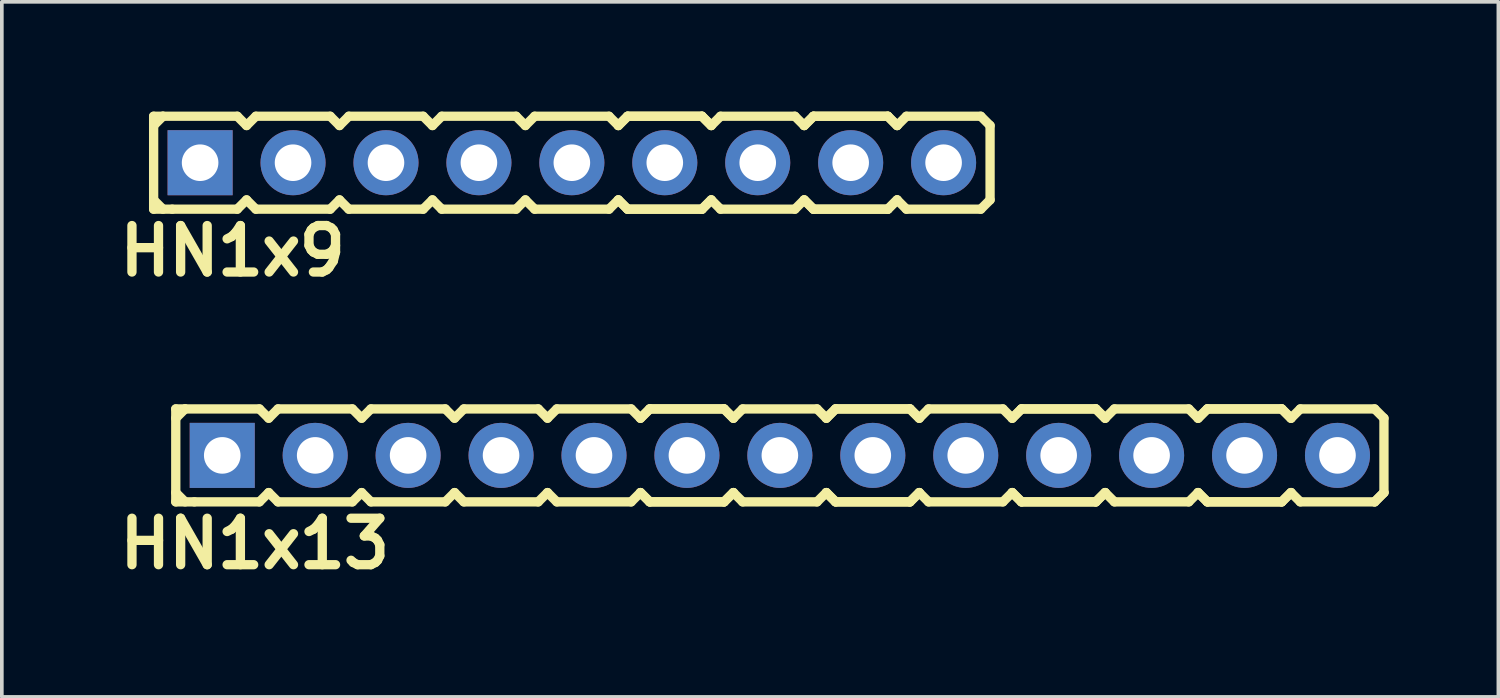
<source format=kicad_pcb>
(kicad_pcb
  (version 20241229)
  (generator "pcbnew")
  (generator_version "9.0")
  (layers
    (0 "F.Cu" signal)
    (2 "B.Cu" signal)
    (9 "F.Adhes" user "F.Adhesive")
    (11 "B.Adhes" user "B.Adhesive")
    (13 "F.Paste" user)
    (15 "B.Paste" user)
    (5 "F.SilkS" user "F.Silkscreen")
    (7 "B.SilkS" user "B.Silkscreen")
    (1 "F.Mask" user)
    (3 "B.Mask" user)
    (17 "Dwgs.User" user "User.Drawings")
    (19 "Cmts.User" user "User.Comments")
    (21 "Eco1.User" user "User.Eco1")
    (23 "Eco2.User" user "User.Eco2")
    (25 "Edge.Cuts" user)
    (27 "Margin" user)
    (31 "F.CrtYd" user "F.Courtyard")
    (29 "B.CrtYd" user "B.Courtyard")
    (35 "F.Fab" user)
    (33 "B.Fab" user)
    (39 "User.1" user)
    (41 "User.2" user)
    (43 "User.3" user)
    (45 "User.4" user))
  (footprint "HN1x9"
    (layer "F.Cu")
    (at 12.579 1.397)
    (property "Reference" "HN1x9" (at -9.271 2.413 0) (layer "F.SilkS") (effects (font (size 1.27 1.27) (thickness 0.254))))
    (attr through_hole)
    (fp_line (start -11.43 -1.27) (end -11.43 1.27) (stroke (width 0.254) (type solid)) (layer "F.SilkS"))
    (fp_line (start -11.43 -1.27) (end -11.176 -1.27) (stroke (width 0.254) (type solid)) (layer "F.SilkS"))
    (fp_line (start -11.43 -1.016) (end -11.176 -1.27) (stroke (width 0.254) (type solid)) (layer "F.SilkS"))
    (fp_line (start -11.176 -1.27) (end -9.144 -1.27) (stroke (width 0.254) (type solid)) (layer "F.SilkS"))
    (fp_line (start -11.176 1.27) (end -11.43 1.016) (stroke (width 0.254) (type solid)) (layer "F.SilkS"))
    (fp_line (start -10.922 1.27) (end -11.43 1.27) (stroke (width 0.254) (type solid)) (layer "F.SilkS"))
    (fp_line (start -9.144 -1.27) (end -8.89 -1.016) (stroke (width 0.254) (type solid)) (layer "F.SilkS"))
    (fp_line (start -9.144 1.27) (end -10.922 1.27) (stroke (width 0.254) (type solid)) (layer "F.SilkS"))
    (fp_line (start -8.89 -1.016) (end -8.636 -1.27) (stroke (width 0.254) (type solid)) (layer "F.SilkS"))
    (fp_line (start -8.89 1.016) (end -9.144 1.27) (stroke (width 0.254) (type solid)) (layer "F.SilkS"))
    (fp_line (start -8.636 -1.27) (end -6.604 -1.27) (stroke (width 0.254) (type solid)) (layer "F.SilkS"))
    (fp_line (start -8.636 1.27) (end -8.89 1.016) (stroke (width 0.254) (type solid)) (layer "F.SilkS"))
    (fp_line (start -6.604 -1.27) (end -6.35 -1.016) (stroke (width 0.254) (type solid)) (layer "F.SilkS"))
    (fp_line (start -6.604 1.27) (end -8.636 1.27) (stroke (width 0.254) (type solid)) (layer "F.SilkS"))
    (fp_line (start -6.604 1.27) (end -6.35 1.016) (stroke (width 0.254) (type solid)) (layer "F.SilkS"))
    (fp_line (start -6.35 -1.016) (end -6.096 -1.27) (stroke (width 0.254) (type solid)) (layer "F.SilkS"))
    (fp_line (start -6.35 1.016) (end -6.096 1.27) (stroke (width 0.254) (type solid)) (layer "F.SilkS"))
    (fp_line (start -6.096 -1.27) (end -4.064 -1.27) (stroke (width 0.254) (type solid)) (layer "F.SilkS"))
    (fp_line (start -4.064 -1.27) (end -3.81 -1.016) (stroke (width 0.254) (type solid)) (layer "F.SilkS"))
    (fp_line (start -4.064 1.27) (end -6.096 1.27) (stroke (width 0.254) (type solid)) (layer "F.SilkS"))
    (fp_line (start -3.81 -1.016) (end -3.556 -1.27) (stroke (width 0.254) (type solid)) (layer "F.SilkS"))
    (fp_line (start -3.81 1.016) (end -4.064 1.27) (stroke (width 0.254) (type solid)) (layer "F.SilkS"))
    (fp_line (start -3.556 -1.27) (end -1.524 -1.27) (stroke (width 0.254) (type solid)) (layer "F.SilkS"))
    (fp_line (start -3.556 1.27) (end -3.81 1.016) (stroke (width 0.254) (type solid)) (layer "F.SilkS"))
    (fp_line (start -1.524 -1.27) (end -1.27 -1.016) (stroke (width 0.254) (type solid)) (layer "F.SilkS"))
    (fp_line (start -1.524 1.27) (end -3.556 1.27) (stroke (width 0.254) (type solid)) (layer "F.SilkS"))
    (fp_line (start -1.27 -1.016) (end -1.016 -1.27) (stroke (width 0.254) (type solid)) (layer "F.SilkS"))
    (fp_line (start -1.27 1.016) (end -1.524 1.27) (stroke (width 0.254) (type solid)) (layer "F.SilkS"))
    (fp_line (start -1.016 -1.27) (end 1.016 -1.27) (stroke (width 0.254) (type solid)) (layer "F.SilkS"))
    (fp_line (start -1.016 1.27) (end -1.27 1.016) (stroke (width 0.254) (type solid)) (layer "F.SilkS"))
    (fp_line (start 1.016 -1.27) (end 1.27 -1.016) (stroke (width 0.254) (type solid)) (layer "F.SilkS"))
    (fp_line (start 1.016 1.27) (end -1.016 1.27) (stroke (width 0.254) (type solid)) (layer "F.SilkS"))
    (fp_line (start 1.27 -1.016) (end 1.524 -1.27) (stroke (width 0.254) (type solid)) (layer "F.SilkS"))
    (fp_line (start 1.27 -1.016) (end 1.524 -1.27) (stroke (width 0.254) (type solid)) (layer "F.SilkS"))
    (fp_line (start 1.27 1.016) (end 1.016 1.27) (stroke (width 0.254) (type solid)) (layer "F.SilkS"))
    (fp_line (start 1.524 -1.27) (end 3.556 -1.27) (stroke (width 0.254) (type solid)) (layer "F.SilkS"))
    (fp_line (start 1.524 -1.27) (end 3.556 -1.27) (stroke (width 0.254) (type solid)) (layer "F.SilkS"))
    (fp_line (start 1.524 1.27) (end 1.27 1.016) (stroke (width 0.254) (type solid)) (layer "F.SilkS"))
    (fp_line (start 1.524 1.27) (end 1.27 1.016) (stroke (width 0.254) (type solid)) (layer "F.SilkS"))
    (fp_line (start 3.556 -1.27) (end 3.81 -1.016) (stroke (width 0.254) (type solid)) (layer "F.SilkS"))
    (fp_line (start 3.556 -1.27) (end 3.81 -1.016) (stroke (width 0.254) (type solid)) (layer "F.SilkS"))
    (fp_line (start 3.556 1.27) (end 1.524 1.27) (stroke (width 0.254) (type solid)) (layer "F.SilkS"))
    (fp_line (start 3.556 1.27) (end 1.524 1.27) (stroke (width 0.254) (type solid)) (layer "F.SilkS"))
    (fp_line (start 3.81 -1.016) (end 4.064 -1.27) (stroke (width 0.254) (type solid)) (layer "F.SilkS"))
    (fp_line (start 3.81 1.016) (end 3.556 1.27) (stroke (width 0.254) (type solid)) (layer "F.SilkS"))
    (fp_line (start 3.81 1.016) (end 3.556 1.27) (stroke (width 0.254) (type solid)) (layer "F.SilkS"))
    (fp_line (start 4.064 -1.27) (end 6.096 -1.27) (stroke (width 0.254) (type solid)) (layer "F.SilkS"))
    (fp_line (start 4.064 1.27) (end 3.81 1.016) (stroke (width 0.254) (type solid)) (layer "F.SilkS"))
    (fp_line (start 6.096 -1.27) (end 6.35 -1.016) (stroke (width 0.254) (type solid)) (layer "F.SilkS"))
    (fp_line (start 6.096 1.27) (end 4.064 1.27) (stroke (width 0.254) (type solid)) (layer "F.SilkS"))
    (fp_line (start 6.35 -1.016) (end 6.604 -1.27) (stroke (width 0.254) (type solid)) (layer "F.SilkS"))
    (fp_line (start 6.35 -1.016) (end 6.604 -1.27) (stroke (width 0.254) (type solid)) (layer "F.SilkS"))
    (fp_line (start 6.35 1.016) (end 6.096 1.27) (stroke (width 0.254) (type solid)) (layer "F.SilkS"))
    (fp_line (start 6.604 -1.27) (end 8.636 -1.27) (stroke (width 0.254) (type solid)) (layer "F.SilkS"))
    (fp_line (start 6.604 -1.27) (end 8.636 -1.27) (stroke (width 0.254) (type solid)) (layer "F.SilkS"))
    (fp_line (start 6.604 1.27) (end 6.35 1.016) (stroke (width 0.254) (type solid)) (layer "F.SilkS"))
    (fp_line (start 6.604 1.27) (end 6.35 1.016) (stroke (width 0.254) (type solid)) (layer "F.SilkS"))
    (fp_line (start 8.636 -1.27) (end 8.89 -1.016) (stroke (width 0.254) (type solid)) (layer "F.SilkS"))
    (fp_line (start 8.636 -1.27) (end 8.89 -1.016) (stroke (width 0.254) (type solid)) (layer "F.SilkS"))
    (fp_line (start 8.636 1.27) (end 6.604 1.27) (stroke (width 0.254) (type solid)) (layer "F.SilkS"))
    (fp_line (start 8.636 1.27) (end 6.604 1.27) (stroke (width 0.254) (type solid)) (layer "F.SilkS"))
    (fp_line (start 8.89 -1.016) (end 9.144 -1.27) (stroke (width 0.254) (type solid)) (layer "F.SilkS"))
    (fp_line (start 8.89 1.016) (end 8.636 1.27) (stroke (width 0.254) (type solid)) (layer "F.SilkS"))
    (fp_line (start 8.89 1.016) (end 8.636 1.27) (stroke (width 0.254) (type solid)) (layer "F.SilkS"))
    (fp_line (start 9.144 -1.27) (end 11.176 -1.27) (stroke (width 0.254) (type solid)) (layer "F.SilkS"))
    (fp_line (start 9.144 1.27) (end 8.89 1.016) (stroke (width 0.254) (type solid)) (layer "F.SilkS"))
    (fp_line (start 11.176 -1.27) (end 11.43 -1.016) (stroke (width 0.254) (type solid)) (layer "F.SilkS"))
    (fp_line (start 11.176 1.27) (end 9.144 1.27) (stroke (width 0.254) (type solid)) (layer "F.SilkS"))
    (fp_line (start 11.43 -1.016) (end 11.43 1.016) (stroke (width 0.254) (type solid)) (layer "F.SilkS"))
    (fp_line (start 11.43 1.016) (end 11.176 1.27) (stroke (width 0.254) (type solid)) (layer "F.SilkS"))
    (pad "1" thru_hole rect (at -10.16 0) (size 1.778 1.778) (drill 1) (layers "*.Cu" "*.Mask"))
    (pad "2" thru_hole circle (at -7.62 0) (size 1.778 1.778) (drill 1) (layers "*.Cu" "*.Mask"))
    (pad "3" thru_hole circle (at -5.08 0) (size 1.778 1.778) (drill 1) (layers "*.Cu" "*.Mask"))
    (pad "4" thru_hole circle (at -2.54 0) (size 1.778 1.778) (drill 1) (layers "*.Cu" "*.Mask"))
    (pad "5" thru_hole circle (at 0 0) (size 1.778 1.778) (drill 1) (layers "*.Cu" "*.Mask"))
    (pad "6" thru_hole circle (at 2.54 0) (size 1.778 1.778) (drill 1) (layers "*.Cu" "*.Mask"))
    (pad "7" thru_hole circle (at 5.08 0) (size 1.778 1.778) (drill 1) (layers "*.Cu" "*.Mask"))
    (pad "8" thru_hole circle (at 7.62 0) (size 1.778 1.778) (drill 1) (layers "*.Cu" "*.Mask"))
    (pad "9" thru_hole circle (at 10.16 0) (size 1.778 1.778) (drill 1) (layers "*.Cu" "*.Mask")))
  (footprint "HN1x13"
    (layer "F.Cu")
    (at 18.264 9.396)
    (property "Reference" "HN1x13" (at -14.351 2.413 0) (layer "F.SilkS") (effects (font (size 1.27 1.27) (thickness 0.254))))
    (attr through_hole)
    (fp_line (start -16.51 -1.27) (end -16.51 1.27) (stroke (width 0.254) (type solid)) (layer "F.SilkS"))
    (fp_line (start -16.51 -1.27) (end -16.256 -1.27) (stroke (width 0.254) (type solid)) (layer "F.SilkS"))
    (fp_line (start -16.51 -1.016) (end -16.256 -1.27) (stroke (width 0.254) (type solid)) (layer "F.SilkS"))
    (fp_line (start -16.256 -1.27) (end -14.224 -1.27) (stroke (width 0.254) (type solid)) (layer "F.SilkS"))
    (fp_line (start -16.256 1.27) (end -16.51 1.016) (stroke (width 0.254) (type solid)) (layer "F.SilkS"))
    (fp_line (start -16.002 1.27) (end -16.51 1.27) (stroke (width 0.254) (type solid)) (layer "F.SilkS"))
    (fp_line (start -14.224 -1.27) (end -13.97 -1.016) (stroke (width 0.254) (type solid)) (layer "F.SilkS"))
    (fp_line (start -14.224 1.27) (end -16.002 1.27) (stroke (width 0.254) (type solid)) (layer "F.SilkS"))
    (fp_line (start -13.97 -1.016) (end -13.716 -1.27) (stroke (width 0.254) (type solid)) (layer "F.SilkS"))
    (fp_line (start -13.97 1.016) (end -14.224 1.27) (stroke (width 0.254) (type solid)) (layer "F.SilkS"))
    (fp_line (start -13.716 -1.27) (end -11.684 -1.27) (stroke (width 0.254) (type solid)) (layer "F.SilkS"))
    (fp_line (start -13.716 1.27) (end -13.97 1.016) (stroke (width 0.254) (type solid)) (layer "F.SilkS"))
    (fp_line (start -11.684 -1.27) (end -11.43 -1.016) (stroke (width 0.254) (type solid)) (layer "F.SilkS"))
    (fp_line (start -11.684 1.27) (end -13.716 1.27) (stroke (width 0.254) (type solid)) (layer "F.SilkS"))
    (fp_line (start -11.684 1.27) (end -11.43 1.016) (stroke (width 0.254) (type solid)) (layer "F.SilkS"))
    (fp_line (start -11.43 -1.016) (end -11.176 -1.27) (stroke (width 0.254) (type solid)) (layer "F.SilkS"))
    (fp_line (start -11.43 1.016) (end -11.176 1.27) (stroke (width 0.254) (type solid)) (layer "F.SilkS"))
    (fp_line (start -11.176 -1.27) (end -9.144 -1.27) (stroke (width 0.254) (type solid)) (layer "F.SilkS"))
    (fp_line (start -9.144 -1.27) (end -8.89 -1.016) (stroke (width 0.254) (type solid)) (layer "F.SilkS"))
    (fp_line (start -9.144 1.27) (end -11.176 1.27) (stroke (width 0.254) (type solid)) (layer "F.SilkS"))
    (fp_line (start -8.89 -1.016) (end -8.636 -1.27) (stroke (width 0.254) (type solid)) (layer "F.SilkS"))
    (fp_line (start -8.89 1.016) (end -9.144 1.27) (stroke (width 0.254) (type solid)) (layer "F.SilkS"))
    (fp_line (start -8.636 -1.27) (end -6.604 -1.27) (stroke (width 0.254) (type solid)) (layer "F.SilkS"))
    (fp_line (start -8.636 1.27) (end -8.89 1.016) (stroke (width 0.254) (type solid)) (layer "F.SilkS"))
    (fp_line (start -6.604 -1.27) (end -6.35 -1.016) (stroke (width 0.254) (type solid)) (layer "F.SilkS"))
    (fp_line (start -6.604 1.27) (end -8.636 1.27) (stroke (width 0.254) (type solid)) (layer "F.SilkS"))
    (fp_line (start -6.35 -1.016) (end -6.096 -1.27) (stroke (width 0.254) (type solid)) (layer "F.SilkS"))
    (fp_line (start -6.35 1.016) (end -6.604 1.27) (stroke (width 0.254) (type solid)) (layer "F.SilkS"))
    (fp_line (start -6.096 -1.27) (end -4.064 -1.27) (stroke (width 0.254) (type solid)) (layer "F.SilkS"))
    (fp_line (start -6.096 1.27) (end -6.35 1.016) (stroke (width 0.254) (type solid)) (layer "F.SilkS"))
    (fp_line (start -4.064 -1.27) (end -3.81 -1.016) (stroke (width 0.254) (type solid)) (layer "F.SilkS"))
    (fp_line (start -4.064 1.27) (end -6.096 1.27) (stroke (width 0.254) (type solid)) (layer "F.SilkS"))
    (fp_line (start -3.81 -1.016) (end -3.556 -1.27) (stroke (width 0.254) (type solid)) (layer "F.SilkS"))
    (fp_line (start -3.81 -1.016) (end -3.556 -1.27) (stroke (width 0.254) (type solid)) (layer "F.SilkS"))
    (fp_line (start -3.81 1.016) (end -4.064 1.27) (stroke (width 0.254) (type solid)) (layer "F.SilkS"))
    (fp_line (start -3.556 -1.27) (end -1.524 -1.27) (stroke (width 0.254) (type solid)) (layer "F.SilkS"))
    (fp_line (start -3.556 -1.27) (end -1.524 -1.27) (stroke (width 0.254) (type solid)) (layer "F.SilkS"))
    (fp_line (start -3.556 1.27) (end -3.81 1.016) (stroke (width 0.254) (type solid)) (layer "F.SilkS"))
    (fp_line (start -3.556 1.27) (end -3.81 1.016) (stroke (width 0.254) (type solid)) (layer "F.SilkS"))
    (fp_line (start -1.524 -1.27) (end -1.27 -1.016) (stroke (width 0.254) (type solid)) (layer "F.SilkS"))
    (fp_line (start -1.524 -1.27) (end -1.27 -1.016) (stroke (width 0.254) (type solid)) (layer "F.SilkS"))
    (fp_line (start -1.524 1.27) (end -3.556 1.27) (stroke (width 0.254) (type solid)) (layer "F.SilkS"))
    (fp_line (start -1.524 1.27) (end -3.556 1.27) (stroke (width 0.254) (type solid)) (layer "F.SilkS"))
    (fp_line (start -1.27 -1.016) (end -1.016 -1.27) (stroke (width 0.254) (type solid)) (layer "F.SilkS"))
    (fp_line (start -1.27 1.016) (end -1.524 1.27) (stroke (width 0.254) (type solid)) (layer "F.SilkS"))
    (fp_line (start -1.27 1.016) (end -1.524 1.27) (stroke (width 0.254) (type solid)) (layer "F.SilkS"))
    (fp_line (start -1.016 -1.27) (end 1.016 -1.27) (stroke (width 0.254) (type solid)) (layer "F.SilkS"))
    (fp_line (start -1.016 1.27) (end -1.27 1.016) (stroke (width 0.254) (type solid)) (layer "F.SilkS"))
    (fp_line (start 1.016 -1.27) (end 1.27 -1.016) (stroke (width 0.254) (type solid)) (layer "F.SilkS"))
    (fp_line (start 1.016 1.27) (end -1.016 1.27) (stroke (width 0.254) (type solid)) (layer "F.SilkS"))
    (fp_line (start 1.27 -1.016) (end 1.524 -1.27) (stroke (width 0.254) (type solid)) (layer "F.SilkS"))
    (fp_line (start 1.27 -1.016) (end 1.524 -1.27) (stroke (width 0.254) (type solid)) (layer "F.SilkS"))
    (fp_line (start 1.27 1.016) (end 1.016 1.27) (stroke (width 0.254) (type solid)) (layer "F.SilkS"))
    (fp_line (start 1.524 -1.27) (end 3.556 -1.27) (stroke (width 0.254) (type solid)) (layer "F.SilkS"))
    (fp_line (start 1.524 -1.27) (end 3.556 -1.27) (stroke (width 0.254) (type solid)) (layer "F.SilkS"))
    (fp_line (start 1.524 1.27) (end 1.27 1.016) (stroke (width 0.254) (type solid)) (layer "F.SilkS"))
    (fp_line (start 1.524 1.27) (end 1.27 1.016) (stroke (width 0.254) (type solid)) (layer "F.SilkS"))
    (fp_line (start 3.556 -1.27) (end 3.81 -1.016) (stroke (width 0.254) (type solid)) (layer "F.SilkS"))
    (fp_line (start 3.556 -1.27) (end 3.81 -1.016) (stroke (width 0.254) (type solid)) (layer "F.SilkS"))
    (fp_line (start 3.556 1.27) (end 1.524 1.27) (stroke (width 0.254) (type solid)) (layer "F.SilkS"))
    (fp_line (start 3.556 1.27) (end 1.524 1.27) (stroke (width 0.254) (type solid)) (layer "F.SilkS"))
    (fp_line (start 3.81 -1.016) (end 4.064 -1.27) (stroke (width 0.254) (type solid)) (layer "F.SilkS"))
    (fp_line (start 3.81 1.016) (end 3.556 1.27) (stroke (width 0.254) (type solid)) (layer "F.SilkS"))
    (fp_line (start 3.81 1.016) (end 3.556 1.27) (stroke (width 0.254) (type solid)) (layer "F.SilkS"))
    (fp_line (start 4.064 -1.27) (end 6.096 -1.27) (stroke (width 0.254) (type solid)) (layer "F.SilkS"))
    (fp_line (start 4.064 1.27) (end 3.81 1.016) (stroke (width 0.254) (type solid)) (layer "F.SilkS"))
    (fp_line (start 6.096 -1.27) (end 6.35 -1.016) (stroke (width 0.254) (type solid)) (layer "F.SilkS"))
    (fp_line (start 6.096 1.27) (end 4.064 1.27) (stroke (width 0.254) (type solid)) (layer "F.SilkS"))
    (fp_line (start 6.35 -1.016) (end 6.604 -1.27) (stroke (width 0.254) (type solid)) (layer "F.SilkS"))
    (fp_line (start 6.35 -1.016) (end 6.604 -1.27) (stroke (width 0.254) (type solid)) (layer "F.SilkS"))
    (fp_line (start 6.35 1.016) (end 6.096 1.27) (stroke (width 0.254) (type solid)) (layer "F.SilkS"))
    (fp_line (start 6.604 -1.27) (end 8.636 -1.27) (stroke (width 0.254) (type solid)) (layer "F.SilkS"))
    (fp_line (start 6.604 -1.27) (end 8.636 -1.27) (stroke (width 0.254) (type solid)) (layer "F.SilkS"))
    (fp_line (start 6.604 1.27) (end 6.35 1.016) (stroke (width 0.254) (type solid)) (layer "F.SilkS"))
    (fp_line (start 6.604 1.27) (end 6.35 1.016) (stroke (width 0.254) (type solid)) (layer "F.SilkS"))
    (fp_line (start 8.636 -1.27) (end 8.89 -1.016) (stroke (width 0.254) (type solid)) (layer "F.SilkS"))
    (fp_line (start 8.636 -1.27) (end 8.89 -1.016) (stroke (width 0.254) (type solid)) (layer "F.SilkS"))
    (fp_line (start 8.636 1.27) (end 6.604 1.27) (stroke (width 0.254) (type solid)) (layer "F.SilkS"))
    (fp_line (start 8.636 1.27) (end 6.604 1.27) (stroke (width 0.254) (type solid)) (layer "F.SilkS"))
    (fp_line (start 8.89 -1.016) (end 9.144 -1.27) (stroke (width 0.254) (type solid)) (layer "F.SilkS"))
    (fp_line (start 8.89 1.016) (end 8.636 1.27) (stroke (width 0.254) (type solid)) (layer "F.SilkS"))
    (fp_line (start 8.89 1.016) (end 8.636 1.27) (stroke (width 0.254) (type solid)) (layer "F.SilkS"))
    (fp_line (start 9.144 -1.27) (end 11.176 -1.27) (stroke (width 0.254) (type solid)) (layer "F.SilkS"))
    (fp_line (start 9.144 1.27) (end 8.89 1.016) (stroke (width 0.254) (type solid)) (layer "F.SilkS"))
    (fp_line (start 11.176 -1.27) (end 11.43 -1.016) (stroke (width 0.254) (type solid)) (layer "F.SilkS"))
    (fp_line (start 11.176 1.27) (end 9.144 1.27) (stroke (width 0.254) (type solid)) (layer "F.SilkS"))
    (fp_line (start 11.43 -1.016) (end 11.684 -1.27) (stroke (width 0.254) (type solid)) (layer "F.SilkS"))
    (fp_line (start 11.43 -1.016) (end 11.684 -1.27) (stroke (width 0.254) (type solid)) (layer "F.SilkS"))
    (fp_line (start 11.43 1.016) (end 11.176 1.27) (stroke (width 0.254) (type solid)) (layer "F.SilkS"))
    (fp_line (start 11.684 -1.27) (end 13.716 -1.27) (stroke (width 0.254) (type solid)) (layer "F.SilkS"))
    (fp_line (start 11.684 -1.27) (end 13.716 -1.27) (stroke (width 0.254) (type solid)) (layer "F.SilkS"))
    (fp_line (start 11.684 1.27) (end 11.43 1.016) (stroke (width 0.254) (type solid)) (layer "F.SilkS"))
    (fp_line (start 11.684 1.27) (end 11.43 1.016) (stroke (width 0.254) (type solid)) (layer "F.SilkS"))
    (fp_line (start 13.716 -1.27) (end 13.97 -1.016) (stroke (width 0.254) (type solid)) (layer "F.SilkS"))
    (fp_line (start 13.716 -1.27) (end 13.97 -1.016) (stroke (width 0.254) (type solid)) (layer "F.SilkS"))
    (fp_line (start 13.716 1.27) (end 11.684 1.27) (stroke (width 0.254) (type solid)) (layer "F.SilkS"))
    (fp_line (start 13.716 1.27) (end 11.684 1.27) (stroke (width 0.254) (type solid)) (layer "F.SilkS"))
    (fp_line (start 13.97 -1.016) (end 14.224 -1.27) (stroke (width 0.254) (type solid)) (layer "F.SilkS"))
    (fp_line (start 13.97 1.016) (end 13.716 1.27) (stroke (width 0.254) (type solid)) (layer "F.SilkS"))
    (fp_line (start 13.97 1.016) (end 13.716 1.27) (stroke (width 0.254) (type solid)) (layer "F.SilkS"))
    (fp_line (start 14.224 -1.27) (end 16.256 -1.27) (stroke (width 0.254) (type solid)) (layer "F.SilkS"))
    (fp_line (start 14.224 1.27) (end 13.97 1.016) (stroke (width 0.254) (type solid)) (layer "F.SilkS"))
    (fp_line (start 16.256 -1.27) (end 16.51 -1.016) (stroke (width 0.254) (type solid)) (layer "F.SilkS"))
    (fp_line (start 16.256 1.27) (end 14.224 1.27) (stroke (width 0.254) (type solid)) (layer "F.SilkS"))
    (fp_line (start 16.51 -1.016) (end 16.51 1.016) (stroke (width 0.254) (type solid)) (layer "F.SilkS"))
    (fp_line (start 16.51 1.016) (end 16.256 1.27) (stroke (width 0.254) (type solid)) (layer "F.SilkS"))
    (fp_line (start 16.51 1.016) (end 16.256 1.27) (stroke (width 0.254) (type solid)) (layer "F.SilkS"))
    (pad "1" thru_hole rect (at -15.24 0) (size 1.778 1.778) (drill 1) (layers "*.Cu" "*.Mask"))
    (pad "2" thru_hole circle (at -12.7 0) (size 1.778 1.778) (drill 1) (layers "*.Cu" "*.Mask"))
    (pad "3" thru_hole circle (at -10.16 0) (size 1.778 1.778) (drill 1) (layers "*.Cu" "*.Mask"))
    (pad "4" thru_hole circle (at -7.62 0) (size 1.778 1.778) (drill 1) (layers "*.Cu" "*.Mask"))
    (pad "5" thru_hole circle (at -5.08 0) (size 1.778 1.778) (drill 1) (layers "*.Cu" "*.Mask"))
    (pad "6" thru_hole circle (at -2.54 0) (size 1.778 1.778) (drill 1) (layers "*.Cu" "*.Mask"))
    (pad "7" thru_hole circle (at 0 0) (size 1.778 1.778) (drill 1) (layers "*.Cu" "*.Mask"))
    (pad "8" thru_hole circle (at 2.54 0) (size 1.778 1.778) (drill 1) (layers "*.Cu" "*.Mask"))
    (pad "9" thru_hole circle (at 5.08 0) (size 1.778 1.778) (drill 1) (layers "*.Cu" "*.Mask"))
    (pad "10" thru_hole circle (at 7.62 0) (size 1.778 1.778) (drill 1) (layers "*.Cu" "*.Mask"))
    (pad "11" thru_hole circle (at 10.16 0) (size 1.778 1.778) (drill 1) (layers "*.Cu" "*.Mask"))
    (pad "12" thru_hole circle (at 12.7 0) (size 1.778 1.778) (drill 1) (layers "*.Cu" "*.Mask"))
    (pad "13" thru_hole circle (at 15.24 0) (size 1.778 1.778) (drill 1) (layers "*.Cu" "*.Mask")))
  (gr_rect
    (start -3 -3)
    (end 37.901 15.997)
    (stroke (width 0.1) (type default))
    (fill no)
    (layer "Edge.Cuts")))
</source>
